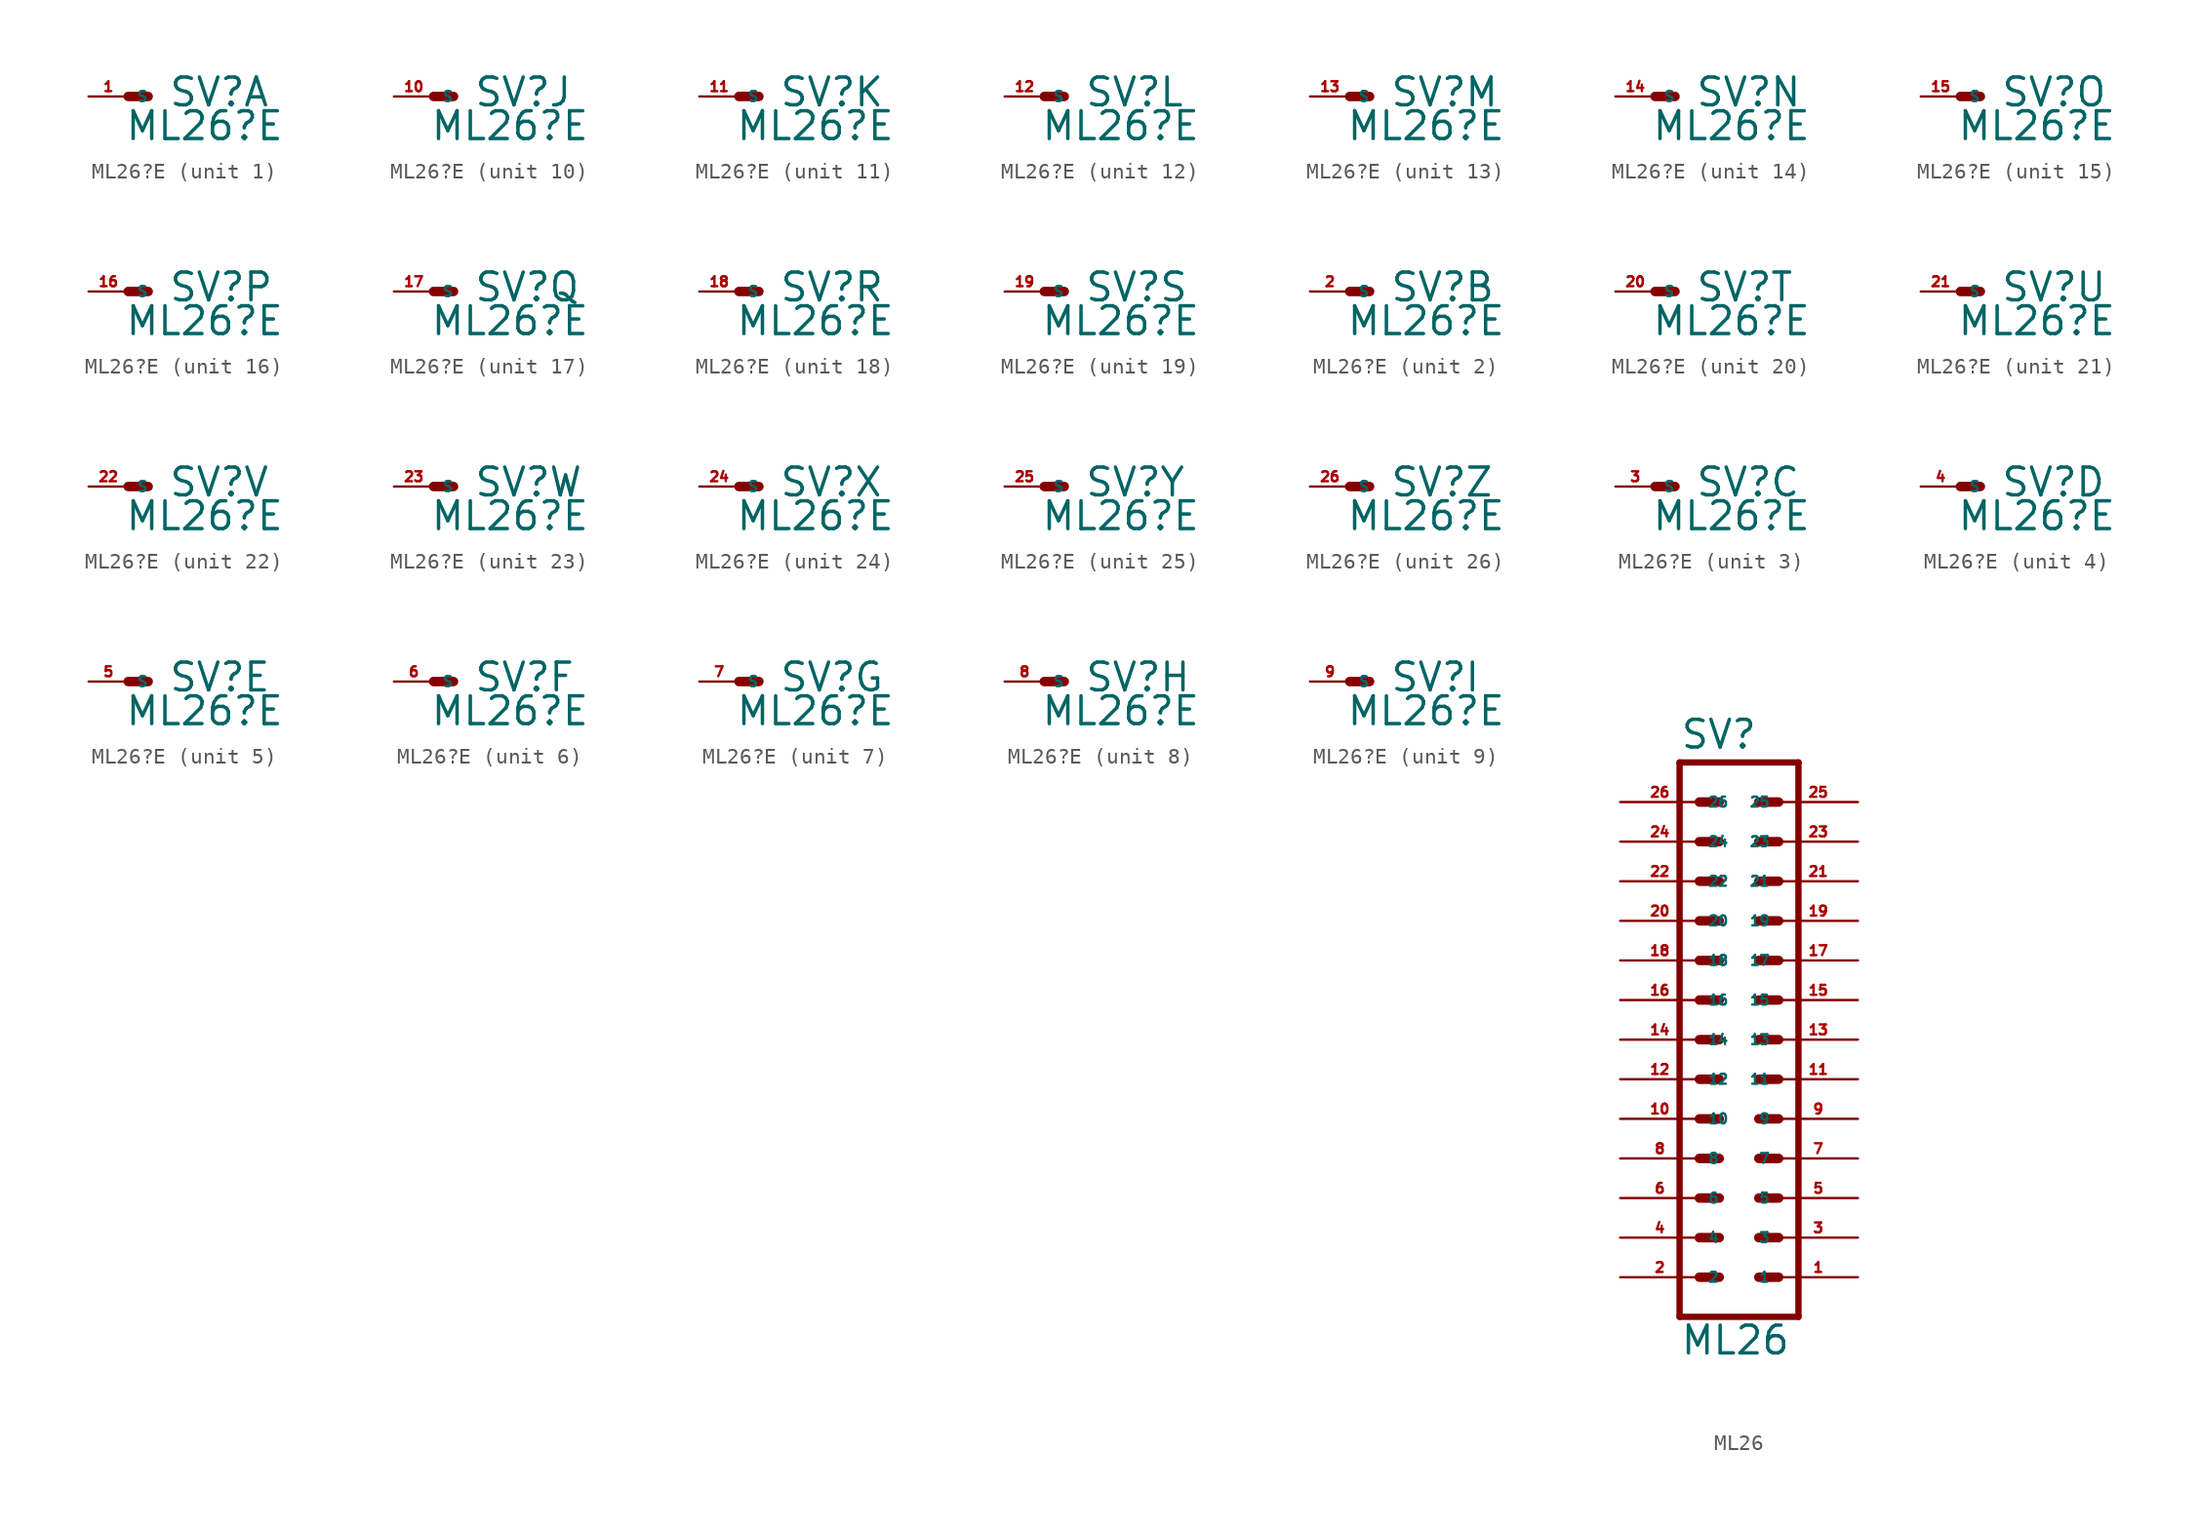
<source format=kicad_sym>
(kicad_symbol_lib
  (version 20220914)
  (generator Eagle2Kicad)
  (symbol "ML26?E"
    (property "Reference" "SV"
      (at 2.54 -0.762 0)
      (effects (font (size 1.778 1.778) (thickness 0.22)) (justify left bottom)))
    (property "Value" "ML26?E"
      (at -0.254 -2.921 0)
      (effects (font (size 1.778 1.778) (thickness 0.22)) (justify left bottom)))
    (symbol "ML26?E_1_0"
      (polyline (pts (xy 1.27 0) (xy 0 0)) (stroke (width 0.61) (type default)) (fill (type none)))
      (pin passive line (at -2.54 0 0) (length 2.54) (name "S" (effects (font (size 0.635 0.635) (thickness 0.08)) (justify left bottom))) (number "1" (effects (font (size 0.635 0.635) (thickness 0.08)) (justify left bottom)))))
    (symbol "ML26?E_2_0"
      (polyline (pts (xy 1.27 0) (xy 0 0)) (stroke (width 0.61) (type default)) (fill (type none)))
      (pin passive line (at -2.54 0 0) (length 2.54) (name "S" (effects (font (size 0.635 0.635) (thickness 0.08)) (justify left bottom))) (number "2" (effects (font (size 0.635 0.635) (thickness 0.08)) (justify left bottom)))))
    (symbol "ML26?E_3_0"
      (polyline (pts (xy 1.27 0) (xy 0 0)) (stroke (width 0.61) (type default)) (fill (type none)))
      (pin passive line (at -2.54 0 0) (length 2.54) (name "S" (effects (font (size 0.635 0.635) (thickness 0.08)) (justify left bottom))) (number "3" (effects (font (size 0.635 0.635) (thickness 0.08)) (justify left bottom)))))
    (symbol "ML26?E_4_0"
      (polyline (pts (xy 1.27 0) (xy 0 0)) (stroke (width 0.61) (type default)) (fill (type none)))
      (pin passive line (at -2.54 0 0) (length 2.54) (name "S" (effects (font (size 0.635 0.635) (thickness 0.08)) (justify left bottom))) (number "4" (effects (font (size 0.635 0.635) (thickness 0.08)) (justify left bottom)))))
    (symbol "ML26?E_5_0"
      (polyline (pts (xy 1.27 0) (xy 0 0)) (stroke (width 0.61) (type default)) (fill (type none)))
      (pin passive line (at -2.54 0 0) (length 2.54) (name "S" (effects (font (size 0.635 0.635) (thickness 0.08)) (justify left bottom))) (number "5" (effects (font (size 0.635 0.635) (thickness 0.08)) (justify left bottom)))))
    (symbol "ML26?E_6_0"
      (polyline (pts (xy 1.27 0) (xy 0 0)) (stroke (width 0.61) (type default)) (fill (type none)))
      (pin passive line (at -2.54 0 0) (length 2.54) (name "S" (effects (font (size 0.635 0.635) (thickness 0.08)) (justify left bottom))) (number "6" (effects (font (size 0.635 0.635) (thickness 0.08)) (justify left bottom)))))
    (symbol "ML26?E_7_0"
      (polyline (pts (xy 1.27 0) (xy 0 0)) (stroke (width 0.61) (type default)) (fill (type none)))
      (pin passive line (at -2.54 0 0) (length 2.54) (name "S" (effects (font (size 0.635 0.635) (thickness 0.08)) (justify left bottom))) (number "7" (effects (font (size 0.635 0.635) (thickness 0.08)) (justify left bottom)))))
    (symbol "ML26?E_8_0"
      (polyline (pts (xy 1.27 0) (xy 0 0)) (stroke (width 0.61) (type default)) (fill (type none)))
      (pin passive line (at -2.54 0 0) (length 2.54) (name "S" (effects (font (size 0.635 0.635) (thickness 0.08)) (justify left bottom))) (number "8" (effects (font (size 0.635 0.635) (thickness 0.08)) (justify left bottom)))))
    (symbol "ML26?E_9_0"
      (polyline (pts (xy 1.27 0) (xy 0 0)) (stroke (width 0.61) (type default)) (fill (type none)))
      (pin passive line (at -2.54 0 0) (length 2.54) (name "S" (effects (font (size 0.635 0.635) (thickness 0.08)) (justify left bottom))) (number "9" (effects (font (size 0.635 0.635) (thickness 0.08)) (justify left bottom)))))
    (symbol "ML26?E_10_0"
      (polyline (pts (xy 1.27 0) (xy 0 0)) (stroke (width 0.61) (type default)) (fill (type none)))
      (pin passive line (at -2.54 0 0) (length 2.54) (name "S" (effects (font (size 0.635 0.635) (thickness 0.08)) (justify left bottom))) (number "10" (effects (font (size 0.635 0.635) (thickness 0.08)) (justify left bottom)))))
    (symbol "ML26?E_11_0"
      (polyline (pts (xy 1.27 0) (xy 0 0)) (stroke (width 0.61) (type default)) (fill (type none)))
      (pin passive line (at -2.54 0 0) (length 2.54) (name "S" (effects (font (size 0.635 0.635) (thickness 0.08)) (justify left bottom))) (number "11" (effects (font (size 0.635 0.635) (thickness 0.08)) (justify left bottom)))))
    (symbol "ML26?E_12_0"
      (polyline (pts (xy 1.27 0) (xy 0 0)) (stroke (width 0.61) (type default)) (fill (type none)))
      (pin passive line (at -2.54 0 0) (length 2.54) (name "S" (effects (font (size 0.635 0.635) (thickness 0.08)) (justify left bottom))) (number "12" (effects (font (size 0.635 0.635) (thickness 0.08)) (justify left bottom)))))
    (symbol "ML26?E_13_0"
      (polyline (pts (xy 1.27 0) (xy 0 0)) (stroke (width 0.61) (type default)) (fill (type none)))
      (pin passive line (at -2.54 0 0) (length 2.54) (name "S" (effects (font (size 0.635 0.635) (thickness 0.08)) (justify left bottom))) (number "13" (effects (font (size 0.635 0.635) (thickness 0.08)) (justify left bottom)))))
    (symbol "ML26?E_14_0"
      (polyline (pts (xy 1.27 0) (xy 0 0)) (stroke (width 0.61) (type default)) (fill (type none)))
      (pin passive line (at -2.54 0 0) (length 2.54) (name "S" (effects (font (size 0.635 0.635) (thickness 0.08)) (justify left bottom))) (number "14" (effects (font (size 0.635 0.635) (thickness 0.08)) (justify left bottom)))))
    (symbol "ML26?E_15_0"
      (polyline (pts (xy 1.27 0) (xy 0 0)) (stroke (width 0.61) (type default)) (fill (type none)))
      (pin passive line (at -2.54 0 0) (length 2.54) (name "S" (effects (font (size 0.635 0.635) (thickness 0.08)) (justify left bottom))) (number "15" (effects (font (size 0.635 0.635) (thickness 0.08)) (justify left bottom)))))
    (symbol "ML26?E_16_0"
      (polyline (pts (xy 1.27 0) (xy 0 0)) (stroke (width 0.61) (type default)) (fill (type none)))
      (pin passive line (at -2.54 0 0) (length 2.54) (name "S" (effects (font (size 0.635 0.635) (thickness 0.08)) (justify left bottom))) (number "16" (effects (font (size 0.635 0.635) (thickness 0.08)) (justify left bottom)))))
    (symbol "ML26?E_17_0"
      (polyline (pts (xy 1.27 0) (xy 0 0)) (stroke (width 0.61) (type default)) (fill (type none)))
      (pin passive line (at -2.54 0 0) (length 2.54) (name "S" (effects (font (size 0.635 0.635) (thickness 0.08)) (justify left bottom))) (number "17" (effects (font (size 0.635 0.635) (thickness 0.08)) (justify left bottom)))))
    (symbol "ML26?E_18_0"
      (polyline (pts (xy 1.27 0) (xy 0 0)) (stroke (width 0.61) (type default)) (fill (type none)))
      (pin passive line (at -2.54 0 0) (length 2.54) (name "S" (effects (font (size 0.635 0.635) (thickness 0.08)) (justify left bottom))) (number "18" (effects (font (size 0.635 0.635) (thickness 0.08)) (justify left bottom)))))
    (symbol "ML26?E_19_0"
      (polyline (pts (xy 1.27 0) (xy 0 0)) (stroke (width 0.61) (type default)) (fill (type none)))
      (pin passive line (at -2.54 0 0) (length 2.54) (name "S" (effects (font (size 0.635 0.635) (thickness 0.08)) (justify left bottom))) (number "19" (effects (font (size 0.635 0.635) (thickness 0.08)) (justify left bottom)))))
    (symbol "ML26?E_20_0"
      (polyline (pts (xy 1.27 0) (xy 0 0)) (stroke (width 0.61) (type default)) (fill (type none)))
      (pin passive line (at -2.54 0 0) (length 2.54) (name "S" (effects (font (size 0.635 0.635) (thickness 0.08)) (justify left bottom))) (number "20" (effects (font (size 0.635 0.635) (thickness 0.08)) (justify left bottom)))))
    (symbol "ML26?E_21_0"
      (polyline (pts (xy 1.27 0) (xy 0 0)) (stroke (width 0.61) (type default)) (fill (type none)))
      (pin passive line (at -2.54 0 0) (length 2.54) (name "S" (effects (font (size 0.635 0.635) (thickness 0.08)) (justify left bottom))) (number "21" (effects (font (size 0.635 0.635) (thickness 0.08)) (justify left bottom)))))
    (symbol "ML26?E_22_0"
      (polyline (pts (xy 1.27 0) (xy 0 0)) (stroke (width 0.61) (type default)) (fill (type none)))
      (pin passive line (at -2.54 0 0) (length 2.54) (name "S" (effects (font (size 0.635 0.635) (thickness 0.08)) (justify left bottom))) (number "22" (effects (font (size 0.635 0.635) (thickness 0.08)) (justify left bottom)))))
    (symbol "ML26?E_23_0"
      (polyline (pts (xy 1.27 0) (xy 0 0)) (stroke (width 0.61) (type default)) (fill (type none)))
      (pin passive line (at -2.54 0 0) (length 2.54) (name "S" (effects (font (size 0.635 0.635) (thickness 0.08)) (justify left bottom))) (number "23" (effects (font (size 0.635 0.635) (thickness 0.08)) (justify left bottom)))))
    (symbol "ML26?E_24_0"
      (polyline (pts (xy 1.27 0) (xy 0 0)) (stroke (width 0.61) (type default)) (fill (type none)))
      (pin passive line (at -2.54 0 0) (length 2.54) (name "S" (effects (font (size 0.635 0.635) (thickness 0.08)) (justify left bottom))) (number "24" (effects (font (size 0.635 0.635) (thickness 0.08)) (justify left bottom)))))
    (symbol "ML26?E_25_0"
      (polyline (pts (xy 1.27 0) (xy 0 0)) (stroke (width 0.61) (type default)) (fill (type none)))
      (pin passive line (at -2.54 0 0) (length 2.54) (name "S" (effects (font (size 0.635 0.635) (thickness 0.08)) (justify left bottom))) (number "25" (effects (font (size 0.635 0.635) (thickness 0.08)) (justify left bottom)))))
    (symbol "ML26?E_26_0"
      (polyline (pts (xy 1.27 0) (xy 0 0)) (stroke (width 0.61) (type default)) (fill (type none)))
      (pin passive line (at -2.54 0 0) (length 2.54) (name "S" (effects (font (size 0.635 0.635) (thickness 0.08)) (justify left bottom))) (number "26" (effects (font (size 0.635 0.635) (thickness 0.08)) (justify left bottom))))))
  (symbol "ML26"
    (property "Reference" "SV"
      (at -3.81 18.542 0)
      (effects (font (size 1.778 1.778) (thickness 0.22)) (justify left bottom)))
    (property "Value" "ML26"
      (at -3.81 -20.32 0)
      (effects (font (size 1.778 1.778) (thickness 0.22)) (justify left bottom)))
    (polyline
      (pts (xy 3.81 -17.78) (xy -3.81 -17.78))
      (stroke (width 0.406) (type default))
      (fill (type none)))
    (polyline
      (pts (xy -3.81 17.78) (xy -3.81 -17.78))
      (stroke (width 0.406) (type default))
      (fill (type none)))
    (polyline
      (pts (xy -3.81 17.78) (xy 3.81 17.78))
      (stroke (width 0.406) (type default))
      (fill (type none)))
    (polyline
      (pts (xy 3.81 -17.78) (xy 3.81 17.78))
      (stroke (width 0.406) (type default))
      (fill (type none)))
    (polyline
      (pts (xy 1.27 -5.08) (xy 2.54 -5.08))
      (stroke (width 0.61) (type default))
      (fill (type none)))
    (polyline
      (pts (xy 1.27 -7.62) (xy 2.54 -7.62))
      (stroke (width 0.61) (type default))
      (fill (type none)))
    (polyline
      (pts (xy 1.27 -10.16) (xy 2.54 -10.16))
      (stroke (width 0.61) (type default))
      (fill (type none)))
    (polyline
      (pts (xy 1.27 -12.7) (xy 2.54 -12.7))
      (stroke (width 0.61) (type default))
      (fill (type none)))
    (polyline
      (pts (xy 1.27 -15.24) (xy 2.54 -15.24))
      (stroke (width 0.61) (type default))
      (fill (type none)))
    (polyline
      (pts (xy -2.54 -5.08) (xy -1.27 -5.08))
      (stroke (width 0.61) (type default))
      (fill (type none)))
    (polyline
      (pts (xy -2.54 -7.62) (xy -1.27 -7.62))
      (stroke (width 0.61) (type default))
      (fill (type none)))
    (polyline
      (pts (xy -2.54 -10.16) (xy -1.27 -10.16))
      (stroke (width 0.61) (type default))
      (fill (type none)))
    (polyline
      (pts (xy -2.54 -12.7) (xy -1.27 -12.7))
      (stroke (width 0.61) (type default))
      (fill (type none)))
    (polyline
      (pts (xy -2.54 -15.24) (xy -1.27 -15.24))
      (stroke (width 0.61) (type default))
      (fill (type none)))
    (polyline
      (pts (xy 1.27 -2.54) (xy 2.54 -2.54))
      (stroke (width 0.61) (type default))
      (fill (type none)))
    (polyline
      (pts (xy 1.27 0) (xy 2.54 0))
      (stroke (width 0.61) (type default))
      (fill (type none)))
    (polyline
      (pts (xy 1.27 2.54) (xy 2.54 2.54))
      (stroke (width 0.61) (type default))
      (fill (type none)))
    (polyline
      (pts (xy 1.27 5.08) (xy 2.54 5.08))
      (stroke (width 0.61) (type default))
      (fill (type none)))
    (polyline
      (pts (xy 1.27 7.62) (xy 2.54 7.62))
      (stroke (width 0.61) (type default))
      (fill (type none)))
    (polyline
      (pts (xy -2.54 -2.54) (xy -1.27 -2.54))
      (stroke (width 0.61) (type default))
      (fill (type none)))
    (polyline
      (pts (xy -2.54 0) (xy -1.27 0))
      (stroke (width 0.61) (type default))
      (fill (type none)))
    (polyline
      (pts (xy -2.54 2.54) (xy -1.27 2.54))
      (stroke (width 0.61) (type default))
      (fill (type none)))
    (polyline
      (pts (xy -2.54 5.08) (xy -1.27 5.08))
      (stroke (width 0.61) (type default))
      (fill (type none)))
    (polyline
      (pts (xy -2.54 7.62) (xy -1.27 7.62))
      (stroke (width 0.61) (type default))
      (fill (type none)))
    (polyline
      (pts (xy 1.27 10.16) (xy 2.54 10.16))
      (stroke (width 0.61) (type default))
      (fill (type none)))
    (polyline
      (pts (xy 1.27 12.7) (xy 2.54 12.7))
      (stroke (width 0.61) (type default))
      (fill (type none)))
    (polyline
      (pts (xy 1.27 15.24) (xy 2.54 15.24))
      (stroke (width 0.61) (type default))
      (fill (type none)))
    (polyline
      (pts (xy -2.54 10.16) (xy -1.27 10.16))
      (stroke (width 0.61) (type default))
      (fill (type none)))
    (polyline
      (pts (xy -2.54 12.7) (xy -1.27 12.7))
      (stroke (width 0.61) (type default))
      (fill (type none)))
    (polyline
      (pts (xy -2.54 15.24) (xy -1.27 15.24))
      (stroke (width 0.61) (type default))
      (fill (type none)))
    (pin passive line
      (at 7.62 -15.24 180)
      (length 5.08)
      (name "1" (effects (font (size 0.635 0.635) (thickness 0.08)) (justify left bottom)))
      (number "1" (effects (font (size 0.635 0.635) (thickness 0.08)) (justify left bottom))))
    (pin passive line
      (at 7.62 -12.7 180)
      (length 5.08)
      (name "3" (effects (font (size 0.635 0.635) (thickness 0.08)) (justify left bottom)))
      (number "3" (effects (font (size 0.635 0.635) (thickness 0.08)) (justify left bottom))))
    (pin passive line
      (at 7.62 -10.16 180)
      (length 5.08)
      (name "5" (effects (font (size 0.635 0.635) (thickness 0.08)) (justify left bottom)))
      (number "5" (effects (font (size 0.635 0.635) (thickness 0.08)) (justify left bottom))))
    (pin passive line
      (at 7.62 -7.62 180)
      (length 5.08)
      (name "7" (effects (font (size 0.635 0.635) (thickness 0.08)) (justify left bottom)))
      (number "7" (effects (font (size 0.635 0.635) (thickness 0.08)) (justify left bottom))))
    (pin passive line
      (at 7.62 -5.08 180)
      (length 5.08)
      (name "9" (effects (font (size 0.635 0.635) (thickness 0.08)) (justify left bottom)))
      (number "9" (effects (font (size 0.635 0.635) (thickness 0.08)) (justify left bottom))))
    (pin passive line
      (at 7.62 -2.54 180)
      (length 5.08)
      (name "11" (effects (font (size 0.635 0.635) (thickness 0.08)) (justify left bottom)))
      (number "11" (effects (font (size 0.635 0.635) (thickness 0.08)) (justify left bottom))))
    (pin passive line
      (at 7.62 0 180)
      (length 5.08)
      (name "13" (effects (font (size 0.635 0.635) (thickness 0.08)) (justify left bottom)))
      (number "13" (effects (font (size 0.635 0.635) (thickness 0.08)) (justify left bottom))))
    (pin passive line
      (at 7.62 2.54 180)
      (length 5.08)
      (name "15" (effects (font (size 0.635 0.635) (thickness 0.08)) (justify left bottom)))
      (number "15" (effects (font (size 0.635 0.635) (thickness 0.08)) (justify left bottom))))
    (pin passive line
      (at 7.62 5.08 180)
      (length 5.08)
      (name "17" (effects (font (size 0.635 0.635) (thickness 0.08)) (justify left bottom)))
      (number "17" (effects (font (size 0.635 0.635) (thickness 0.08)) (justify left bottom))))
    (pin passive line
      (at 7.62 7.62 180)
      (length 5.08)
      (name "19" (effects (font (size 0.635 0.635) (thickness 0.08)) (justify left bottom)))
      (number "19" (effects (font (size 0.635 0.635) (thickness 0.08)) (justify left bottom))))
    (pin passive line
      (at 7.62 10.16 180)
      (length 5.08)
      (name "21" (effects (font (size 0.635 0.635) (thickness 0.08)) (justify left bottom)))
      (number "21" (effects (font (size 0.635 0.635) (thickness 0.08)) (justify left bottom))))
    (pin passive line
      (at 7.62 12.7 180)
      (length 5.08)
      (name "23" (effects (font (size 0.635 0.635) (thickness 0.08)) (justify left bottom)))
      (number "23" (effects (font (size 0.635 0.635) (thickness 0.08)) (justify left bottom))))
    (pin passive line
      (at 7.62 15.24 180)
      (length 5.08)
      (name "25" (effects (font (size 0.635 0.635) (thickness 0.08)) (justify left bottom)))
      (number "25" (effects (font (size 0.635 0.635) (thickness 0.08)) (justify left bottom))))
    (pin passive line
      (at -7.62 -15.24 0)
      (length 5.08)
      (name "2" (effects (font (size 0.635 0.635) (thickness 0.08)) (justify left bottom)))
      (number "2" (effects (font (size 0.635 0.635) (thickness 0.08)) (justify left bottom))))
    (pin passive line
      (at -7.62 -12.7 0)
      (length 5.08)
      (name "4" (effects (font (size 0.635 0.635) (thickness 0.08)) (justify left bottom)))
      (number "4" (effects (font (size 0.635 0.635) (thickness 0.08)) (justify left bottom))))
    (pin passive line
      (at -7.62 -10.16 0)
      (length 5.08)
      (name "6" (effects (font (size 0.635 0.635) (thickness 0.08)) (justify left bottom)))
      (number "6" (effects (font (size 0.635 0.635) (thickness 0.08)) (justify left bottom))))
    (pin passive line
      (at -7.62 -7.62 0)
      (length 5.08)
      (name "8" (effects (font (size 0.635 0.635) (thickness 0.08)) (justify left bottom)))
      (number "8" (effects (font (size 0.635 0.635) (thickness 0.08)) (justify left bottom))))
    (pin passive line
      (at -7.62 -5.08 0)
      (length 5.08)
      (name "10" (effects (font (size 0.635 0.635) (thickness 0.08)) (justify left bottom)))
      (number "10" (effects (font (size 0.635 0.635) (thickness 0.08)) (justify left bottom))))
    (pin passive line
      (at -7.62 -2.54 0)
      (length 5.08)
      (name "12" (effects (font (size 0.635 0.635) (thickness 0.08)) (justify left bottom)))
      (number "12" (effects (font (size 0.635 0.635) (thickness 0.08)) (justify left bottom))))
    (pin passive line
      (at -7.62 0 0)
      (length 5.08)
      (name "14" (effects (font (size 0.635 0.635) (thickness 0.08)) (justify left bottom)))
      (number "14" (effects (font (size 0.635 0.635) (thickness 0.08)) (justify left bottom))))
    (pin passive line
      (at -7.62 2.54 0)
      (length 5.08)
      (name "16" (effects (font (size 0.635 0.635) (thickness 0.08)) (justify left bottom)))
      (number "16" (effects (font (size 0.635 0.635) (thickness 0.08)) (justify left bottom))))
    (pin passive line
      (at -7.62 5.08 0)
      (length 5.08)
      (name "18" (effects (font (size 0.635 0.635) (thickness 0.08)) (justify left bottom)))
      (number "18" (effects (font (size 0.635 0.635) (thickness 0.08)) (justify left bottom))))
    (pin passive line
      (at -7.62 7.62 0)
      (length 5.08)
      (name "20" (effects (font (size 0.635 0.635) (thickness 0.08)) (justify left bottom)))
      (number "20" (effects (font (size 0.635 0.635) (thickness 0.08)) (justify left bottom))))
    (pin passive line
      (at -7.62 10.16 0)
      (length 5.08)
      (name "22" (effects (font (size 0.635 0.635) (thickness 0.08)) (justify left bottom)))
      (number "22" (effects (font (size 0.635 0.635) (thickness 0.08)) (justify left bottom))))
    (pin passive line
      (at -7.62 12.7 0)
      (length 5.08)
      (name "24" (effects (font (size 0.635 0.635) (thickness 0.08)) (justify left bottom)))
      (number "24" (effects (font (size 0.635 0.635) (thickness 0.08)) (justify left bottom))))
    (pin passive line
      (at -7.62 15.24 0)
      (length 5.08)
      (name "26" (effects (font (size 0.635 0.635) (thickness 0.08)) (justify left bottom)))
      (number "26" (effects (font (size 0.635 0.635) (thickness 0.08)) (justify left bottom))))))
</source>
